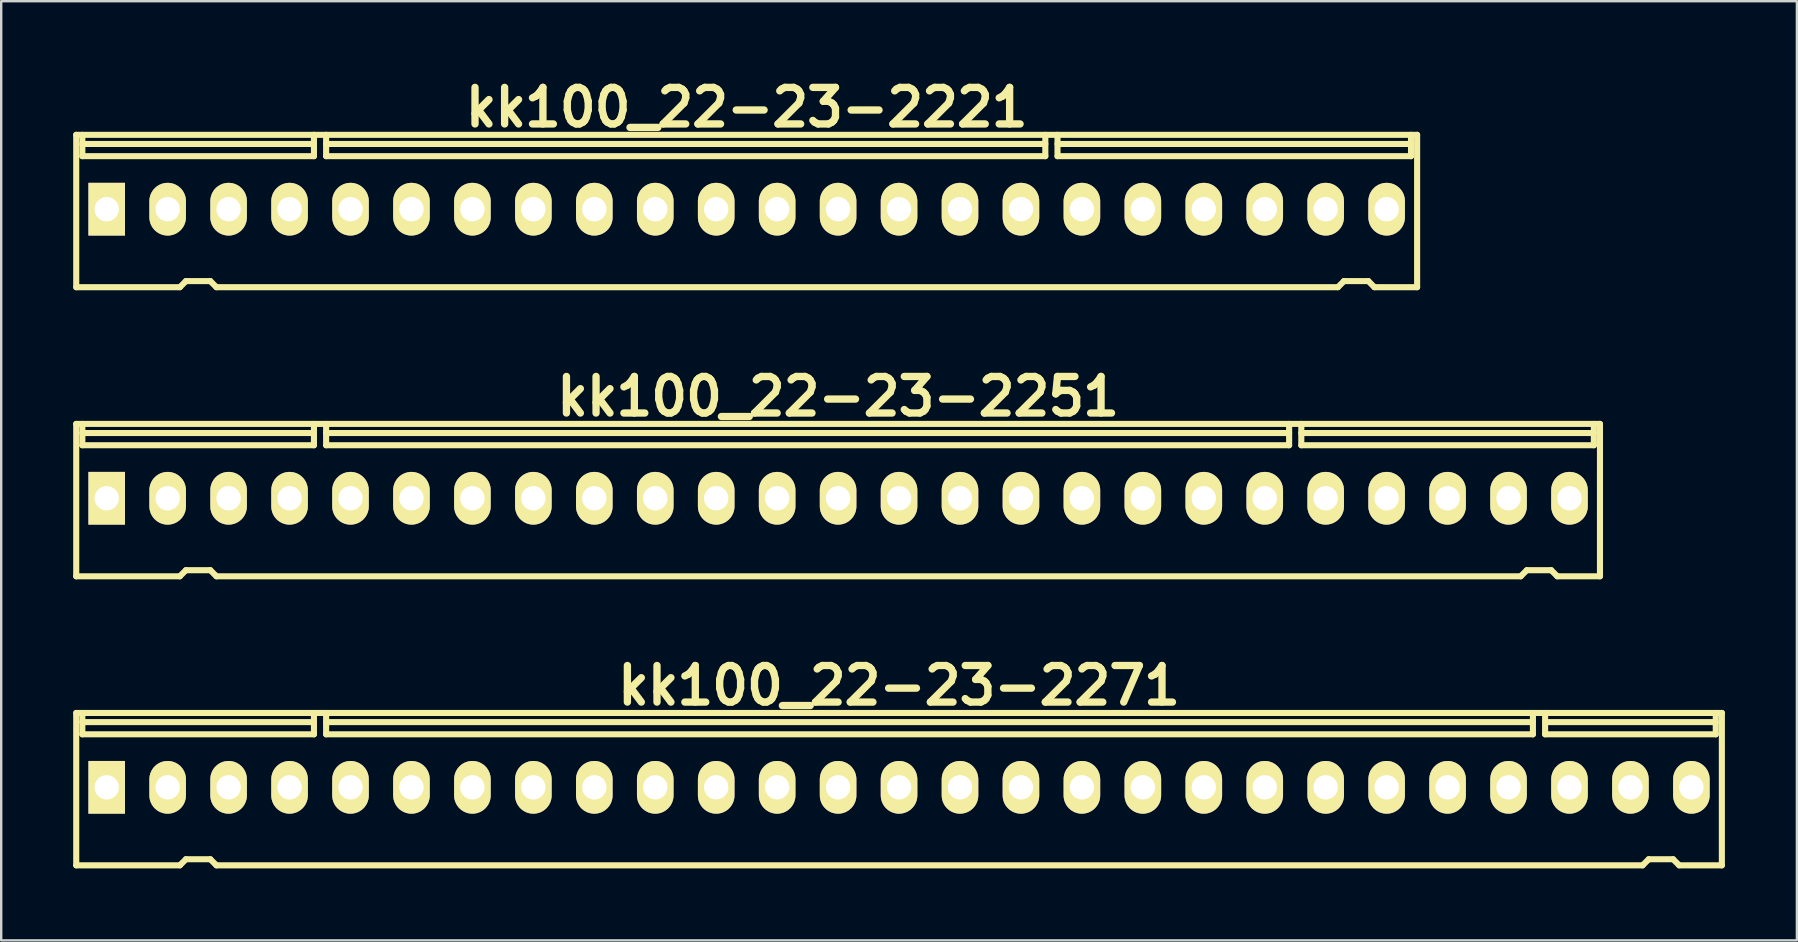
<source format=kicad_pcb>
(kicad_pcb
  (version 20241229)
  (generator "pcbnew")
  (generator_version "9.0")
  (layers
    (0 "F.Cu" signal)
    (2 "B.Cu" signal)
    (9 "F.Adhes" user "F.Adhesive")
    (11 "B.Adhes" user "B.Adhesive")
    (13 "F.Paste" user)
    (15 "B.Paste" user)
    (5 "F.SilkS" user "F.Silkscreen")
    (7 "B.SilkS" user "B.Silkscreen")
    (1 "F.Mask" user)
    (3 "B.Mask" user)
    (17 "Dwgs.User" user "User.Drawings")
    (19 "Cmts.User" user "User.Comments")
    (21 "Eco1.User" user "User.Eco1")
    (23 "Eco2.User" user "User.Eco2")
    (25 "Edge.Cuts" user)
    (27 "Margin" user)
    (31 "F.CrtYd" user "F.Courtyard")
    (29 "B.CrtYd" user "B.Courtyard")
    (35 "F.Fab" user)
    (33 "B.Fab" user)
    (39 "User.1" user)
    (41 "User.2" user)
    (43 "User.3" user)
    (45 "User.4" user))
  (footprint "kk100_22-23-2221"
    (layer "F.Cu")
    (at 28.067 5.744)
    (property "Reference" "kk100_22-23-2221" (at 0 -4.318 0) (layer "F.SilkS") (effects (font (size 1.524 1.524) (thickness 0.305))))
    (attr through_hole)
    (fp_line (start -27.94 3.175) (end -27.94 -3.175) (stroke (width 0.254) (type solid)) (layer "F.SilkS"))
    (fp_line (start -27.686 -2.286) (end -27.686 -3.175) (stroke (width 0.254) (type solid)) (layer "F.SilkS"))
    (fp_line (start -23.622 3.175) (end -27.94 3.175) (stroke (width 0.254) (type solid)) (layer "F.SilkS"))
    (fp_line (start -23.368 2.921) (end -23.622 3.175) (stroke (width 0.254) (type solid)) (layer "F.SilkS"))
    (fp_line (start -23.368 2.921) (end -22.352 2.921) (stroke (width 0.254) (type solid)) (layer "F.SilkS"))
    (fp_line (start -22.352 2.921) (end -22.098 3.175) (stroke (width 0.254) (type solid)) (layer "F.SilkS"))
    (fp_line (start -22.098 3.175) (end 24.638 3.175) (stroke (width 0.254) (type solid)) (layer "F.SilkS"))
    (fp_line (start -18.034 -2.794) (end -27.686 -2.794) (stroke (width 0.254) (type solid)) (layer "F.SilkS"))
    (fp_line (start -18.034 -2.286) (end -27.686 -2.286) (stroke (width 0.254) (type solid)) (layer "F.SilkS"))
    (fp_line (start -18.034 -2.286) (end -18.034 -3.175) (stroke (width 0.254) (type solid)) (layer "F.SilkS"))
    (fp_line (start -17.526 -2.286) (end -17.526 -3.175) (stroke (width 0.254) (type solid)) (layer "F.SilkS"))
    (fp_line (start -17.526 -2.286) (end 12.446 -2.286) (stroke (width 0.254) (type solid)) (layer "F.SilkS"))
    (fp_line (start 12.446 -2.794) (end -17.526 -2.794) (stroke (width 0.254) (type solid)) (layer "F.SilkS"))
    (fp_line (start 12.446 -2.286) (end 12.446 -3.175) (stroke (width 0.254) (type solid)) (layer "F.SilkS"))
    (fp_line (start 12.954 -2.794) (end 27.686 -2.794) (stroke (width 0.254) (type solid)) (layer "F.SilkS"))
    (fp_line (start 12.954 -2.286) (end 12.954 -3.175) (stroke (width 0.254) (type solid)) (layer "F.SilkS"))
    (fp_line (start 12.954 -2.286) (end 27.686 -2.286) (stroke (width 0.254) (type solid)) (layer "F.SilkS"))
    (fp_line (start 24.892 2.921) (end 24.638 3.175) (stroke (width 0.254) (type solid)) (layer "F.SilkS"))
    (fp_line (start 24.892 2.921) (end 25.908 2.921) (stroke (width 0.254) (type solid)) (layer "F.SilkS"))
    (fp_line (start 25.908 2.921) (end 26.162 3.175) (stroke (width 0.254) (type solid)) (layer "F.SilkS"))
    (fp_line (start 26.162 3.175) (end 27.94 3.175) (stroke (width 0.254) (type solid)) (layer "F.SilkS"))
    (fp_line (start 27.686 -2.286) (end 27.686 -3.175) (stroke (width 0.254) (type solid)) (layer "F.SilkS"))
    (fp_line (start 27.94 -3.175) (end -27.94 -3.175) (stroke (width 0.254) (type solid)) (layer "F.SilkS"))
    (fp_line (start 27.94 -3.175) (end 27.94 3.175) (stroke (width 0.254) (type solid)) (layer "F.SilkS"))
    (pad "1" thru_hole rect (at -26.67 -0.076) (size 1.524 2.197) (drill 1.016) (layers "*.Cu" "*.Mask" "F.SilkS"))
    (pad "2" thru_hole oval (at -24.13 -0.076) (size 1.524 2.197) (drill 1.016) (layers "*.Cu" "*.Mask" "F.SilkS"))
    (pad "3" thru_hole oval (at -21.59 -0.076) (size 1.524 2.197) (drill 1.016) (layers "*.Cu" "*.Mask" "F.SilkS"))
    (pad "4" thru_hole oval (at -19.05 -0.076) (size 1.524 2.197) (drill 1.016) (layers "*.Cu" "*.Mask" "F.SilkS"))
    (pad "5" thru_hole oval (at -16.51 -0.076) (size 1.524 2.197) (drill 1.016) (layers "*.Cu" "*.Mask" "F.SilkS"))
    (pad "6" thru_hole oval (at -13.97 -0.076) (size 1.524 2.197) (drill 1.016) (layers "*.Cu" "*.Mask" "F.SilkS"))
    (pad "7" thru_hole oval (at -11.43 -0.076) (size 1.524 2.197) (drill 1.016) (layers "*.Cu" "*.Mask" "F.SilkS"))
    (pad "8" thru_hole oval (at -8.89 -0.076) (size 1.524 2.197) (drill 1.016) (layers "*.Cu" "*.Mask" "F.SilkS"))
    (pad "9" thru_hole oval (at -6.35 -0.076) (size 1.524 2.197) (drill 1.016) (layers "*.Cu" "*.Mask" "F.SilkS"))
    (pad "10" thru_hole oval (at -3.81 -0.076) (size 1.524 2.197) (drill 1.016) (layers "*.Cu" "*.Mask" "F.SilkS"))
    (pad "11" thru_hole oval (at -1.27 -0.076) (size 1.524 2.197) (drill 1.016) (layers "*.Cu" "*.Mask" "F.SilkS"))
    (pad "12" thru_hole oval (at 1.27 -0.076) (size 1.524 2.197) (drill 1.016) (layers "*.Cu" "*.Mask" "F.SilkS"))
    (pad "13" thru_hole oval (at 3.81 -0.076) (size 1.524 2.197) (drill 1.016) (layers "*.Cu" "*.Mask" "F.SilkS"))
    (pad "14" thru_hole oval (at 6.35 -0.076) (size 1.524 2.197) (drill 1.016) (layers "*.Cu" "*.Mask" "F.SilkS"))
    (pad "15" thru_hole oval (at 8.89 -0.076) (size 1.524 2.197) (drill 1.016) (layers "*.Cu" "*.Mask" "F.SilkS"))
    (pad "16" thru_hole oval (at 11.43 -0.076) (size 1.524 2.197) (drill 1.016) (layers "*.Cu" "*.Mask" "F.SilkS"))
    (pad "17" thru_hole oval (at 13.97 -0.076) (size 1.524 2.197) (drill 1.016) (layers "*.Cu" "*.Mask" "F.SilkS"))
    (pad "18" thru_hole oval (at 16.51 -0.076) (size 1.524 2.197) (drill 1.016) (layers "*.Cu" "*.Mask" "F.SilkS"))
    (pad "19" thru_hole oval (at 19.05 -0.076) (size 1.524 2.197) (drill 1.016) (layers "*.Cu" "*.Mask" "F.SilkS"))
    (pad "20" thru_hole oval (at 21.59 -0.076) (size 1.524 2.197) (drill 1.016) (layers "*.Cu" "*.Mask" "F.SilkS"))
    (pad "21" thru_hole oval (at 24.13 -0.076) (size 1.524 2.197) (drill 1.016) (layers "*.Cu" "*.Mask" "F.SilkS"))
    (pad "22" thru_hole oval (at 26.67 -0.076) (size 1.524 2.197) (drill 1.016) (layers "*.Cu" "*.Mask" "F.SilkS")))
  (footprint "kk100_22-23-2271"
    (layer "F.Cu")
    (at 34.417 29.837)
    (property "Reference" "kk100_22-23-2271" (at 0 -4.318 0) (layer "F.SilkS") (effects (font (size 1.524 1.524) (thickness 0.305))))
    (attr through_hole)
    (fp_line (start -34.29 3.175) (end -34.29 -3.175) (stroke (width 0.254) (type solid)) (layer "F.SilkS"))
    (fp_line (start -34.036 -2.286) (end -34.036 -3.175) (stroke (width 0.254) (type solid)) (layer "F.SilkS"))
    (fp_line (start -29.972 3.175) (end -34.29 3.175) (stroke (width 0.254) (type solid)) (layer "F.SilkS"))
    (fp_line (start -29.718 2.921) (end -29.972 3.175) (stroke (width 0.254) (type solid)) (layer "F.SilkS"))
    (fp_line (start -29.718 2.921) (end -28.702 2.921) (stroke (width 0.254) (type solid)) (layer "F.SilkS"))
    (fp_line (start -28.702 2.921) (end -28.448 3.175) (stroke (width 0.254) (type solid)) (layer "F.SilkS"))
    (fp_line (start -28.448 3.175) (end 30.988 3.175) (stroke (width 0.254) (type solid)) (layer "F.SilkS"))
    (fp_line (start -24.384 -2.794) (end -34.036 -2.794) (stroke (width 0.254) (type solid)) (layer "F.SilkS"))
    (fp_line (start -24.384 -2.286) (end -34.036 -2.286) (stroke (width 0.254) (type solid)) (layer "F.SilkS"))
    (fp_line (start -24.384 -2.286) (end -24.384 -3.175) (stroke (width 0.254) (type solid)) (layer "F.SilkS"))
    (fp_line (start -23.876 -2.794) (end 26.416 -2.794) (stroke (width 0.254) (type solid)) (layer "F.SilkS"))
    (fp_line (start -23.876 -2.286) (end -23.876 -3.175) (stroke (width 0.254) (type solid)) (layer "F.SilkS"))
    (fp_line (start 26.416 -2.286) (end -23.876 -2.286) (stroke (width 0.254) (type solid)) (layer "F.SilkS"))
    (fp_line (start 26.416 -2.286) (end 26.416 -3.175) (stroke (width 0.254) (type solid)) (layer "F.SilkS"))
    (fp_line (start 26.924 -2.794) (end 34.036 -2.794) (stroke (width 0.254) (type solid)) (layer "F.SilkS"))
    (fp_line (start 26.924 -2.286) (end 26.924 -3.175) (stroke (width 0.254) (type solid)) (layer "F.SilkS"))
    (fp_line (start 26.924 -2.286) (end 34.036 -2.286) (stroke (width 0.254) (type solid)) (layer "F.SilkS"))
    (fp_line (start 31.242 2.921) (end 30.988 3.175) (stroke (width 0.254) (type solid)) (layer "F.SilkS"))
    (fp_line (start 31.242 2.921) (end 32.258 2.921) (stroke (width 0.254) (type solid)) (layer "F.SilkS"))
    (fp_line (start 32.258 2.921) (end 32.512 3.175) (stroke (width 0.254) (type solid)) (layer "F.SilkS"))
    (fp_line (start 32.512 3.175) (end 34.29 3.175) (stroke (width 0.254) (type solid)) (layer "F.SilkS"))
    (fp_line (start 34.036 -2.286) (end 34.036 -3.175) (stroke (width 0.254) (type solid)) (layer "F.SilkS"))
    (fp_line (start 34.29 -3.175) (end -34.29 -3.175) (stroke (width 0.254) (type solid)) (layer "F.SilkS"))
    (fp_line (start 34.29 -3.175) (end 34.29 3.175) (stroke (width 0.254) (type solid)) (layer "F.SilkS"))
    (pad "1" thru_hole rect (at -33.02 -0.076) (size 1.524 2.197) (drill 1.016) (layers "*.Cu" "*.Mask" "F.SilkS"))
    (pad "2" thru_hole oval (at -30.48 -0.076) (size 1.524 2.197) (drill 1.016) (layers "*.Cu" "*.Mask" "F.SilkS"))
    (pad "3" thru_hole oval (at -27.94 -0.076) (size 1.524 2.197) (drill 1.016) (layers "*.Cu" "*.Mask" "F.SilkS"))
    (pad "4" thru_hole oval (at -25.4 -0.076) (size 1.524 2.197) (drill 1.016) (layers "*.Cu" "*.Mask" "F.SilkS"))
    (pad "5" thru_hole oval (at -22.86 -0.076) (size 1.524 2.197) (drill 1.016) (layers "*.Cu" "*.Mask" "F.SilkS"))
    (pad "6" thru_hole oval (at -20.32 -0.076) (size 1.524 2.197) (drill 1.016) (layers "*.Cu" "*.Mask" "F.SilkS"))
    (pad "7" thru_hole oval (at -17.78 -0.076) (size 1.524 2.197) (drill 1.016) (layers "*.Cu" "*.Mask" "F.SilkS"))
    (pad "8" thru_hole oval (at -15.24 -0.076) (size 1.524 2.197) (drill 1.016) (layers "*.Cu" "*.Mask" "F.SilkS"))
    (pad "9" thru_hole oval (at -12.7 -0.076) (size 1.524 2.197) (drill 1.016) (layers "*.Cu" "*.Mask" "F.SilkS"))
    (pad "10" thru_hole oval (at -10.16 -0.076) (size 1.524 2.197) (drill 1.016) (layers "*.Cu" "*.Mask" "F.SilkS"))
    (pad "11" thru_hole oval (at -7.62 -0.076) (size 1.524 2.197) (drill 1.016) (layers "*.Cu" "*.Mask" "F.SilkS"))
    (pad "12" thru_hole oval (at -5.08 -0.076) (size 1.524 2.197) (drill 1.016) (layers "*.Cu" "*.Mask" "F.SilkS"))
    (pad "13" thru_hole oval (at -2.54 -0.076) (size 1.524 2.197) (drill 1.016) (layers "*.Cu" "*.Mask" "F.SilkS"))
    (pad "14" thru_hole oval (at 0 -0.076) (size 1.524 2.197) (drill 1.016) (layers "*.Cu" "*.Mask" "F.SilkS"))
    (pad "15" thru_hole oval (at 2.54 -0.076) (size 1.524 2.197) (drill 1.016) (layers "*.Cu" "*.Mask" "F.SilkS"))
    (pad "16" thru_hole oval (at 5.08 -0.076) (size 1.524 2.197) (drill 1.016) (layers "*.Cu" "*.Mask" "F.SilkS"))
    (pad "17" thru_hole oval (at 7.62 -0.076) (size 1.524 2.197) (drill 1.016) (layers "*.Cu" "*.Mask" "F.SilkS"))
    (pad "18" thru_hole oval (at 10.16 -0.076) (size 1.524 2.197) (drill 1.016) (layers "*.Cu" "*.Mask" "F.SilkS"))
    (pad "19" thru_hole oval (at 12.7 -0.076) (size 1.524 2.197) (drill 1.016) (layers "*.Cu" "*.Mask" "F.SilkS"))
    (pad "20" thru_hole oval (at 15.24 -0.076) (size 1.524 2.197) (drill 1.016) (layers "*.Cu" "*.Mask" "F.SilkS"))
    (pad "21" thru_hole oval (at 17.78 -0.076) (size 1.524 2.197) (drill 1.016) (layers "*.Cu" "*.Mask" "F.SilkS"))
    (pad "22" thru_hole oval (at 20.32 -0.076) (size 1.524 2.197) (drill 1.016) (layers "*.Cu" "*.Mask" "F.SilkS"))
    (pad "23" thru_hole oval (at 22.86 -0.076) (size 1.524 2.197) (drill 1.016) (layers "*.Cu" "*.Mask" "F.SilkS"))
    (pad "24" thru_hole oval (at 25.4 -0.076) (size 1.524 2.197) (drill 1.016) (layers "*.Cu" "*.Mask" "F.SilkS"))
    (pad "25" thru_hole oval (at 27.94 -0.076) (size 1.524 2.197) (drill 1.016) (layers "*.Cu" "*.Mask" "F.SilkS"))
    (pad "26" thru_hole oval (at 30.48 -0.076) (size 1.524 2.197) (drill 1.016) (layers "*.Cu" "*.Mask" "F.SilkS"))
    (pad "27" thru_hole oval (at 33.02 -0.076) (size 1.524 2.197) (drill 1.016) (layers "*.Cu" "*.Mask" "F.SilkS")))
  (footprint "kk100_22-23-2251"
    (layer "F.Cu")
    (at 31.877 17.791)
    (property "Reference" "kk100_22-23-2251" (at 0 -4.318 0) (layer "F.SilkS") (effects (font (size 1.524 1.524) (thickness 0.305))))
    (attr through_hole)
    (fp_line (start -31.75 -3.175) (end 31.75 -3.175) (stroke (width 0.254) (type solid)) (layer "F.SilkS"))
    (fp_line (start -31.75 3.175) (end -31.75 -3.175) (stroke (width 0.254) (type solid)) (layer "F.SilkS"))
    (fp_line (start -31.496 -2.286) (end -31.496 -3.175) (stroke (width 0.254) (type solid)) (layer "F.SilkS"))
    (fp_line (start -27.432 3.175) (end -31.75 3.175) (stroke (width 0.254) (type solid)) (layer "F.SilkS"))
    (fp_line (start -27.178 2.921) (end -27.432 3.175) (stroke (width 0.254) (type solid)) (layer "F.SilkS"))
    (fp_line (start -27.178 2.921) (end -26.162 2.921) (stroke (width 0.254) (type solid)) (layer "F.SilkS"))
    (fp_line (start -26.162 2.921) (end -25.908 3.175) (stroke (width 0.254) (type solid)) (layer "F.SilkS"))
    (fp_line (start -21.844 -2.794) (end -31.496 -2.794) (stroke (width 0.254) (type solid)) (layer "F.SilkS"))
    (fp_line (start -21.844 -2.286) (end -31.496 -2.286) (stroke (width 0.254) (type solid)) (layer "F.SilkS"))
    (fp_line (start -21.844 -2.286) (end -21.844 -3.175) (stroke (width 0.254) (type solid)) (layer "F.SilkS"))
    (fp_line (start -21.336 -2.286) (end -21.336 -3.175) (stroke (width 0.254) (type solid)) (layer "F.SilkS"))
    (fp_line (start -21.336 -2.286) (end 18.796 -2.286) (stroke (width 0.254) (type solid)) (layer "F.SilkS"))
    (fp_line (start 18.796 -2.794) (end -21.336 -2.794) (stroke (width 0.254) (type solid)) (layer "F.SilkS"))
    (fp_line (start 18.796 -2.286) (end 18.796 -3.175) (stroke (width 0.254) (type solid)) (layer "F.SilkS"))
    (fp_line (start 19.304 -2.794) (end 31.496 -2.794) (stroke (width 0.254) (type solid)) (layer "F.SilkS"))
    (fp_line (start 19.304 -2.286) (end 19.304 -3.175) (stroke (width 0.254) (type solid)) (layer "F.SilkS"))
    (fp_line (start 19.304 -2.286) (end 31.496 -2.286) (stroke (width 0.254) (type solid)) (layer "F.SilkS"))
    (fp_line (start 28.448 3.175) (end -25.908 3.175) (stroke (width 0.254) (type solid)) (layer "F.SilkS"))
    (fp_line (start 28.702 2.921) (end 28.448 3.175) (stroke (width 0.254) (type solid)) (layer "F.SilkS"))
    (fp_line (start 28.702 2.921) (end 29.718 2.921) (stroke (width 0.254) (type solid)) (layer "F.SilkS"))
    (fp_line (start 29.718 2.921) (end 29.972 3.175) (stroke (width 0.254) (type solid)) (layer "F.SilkS"))
    (fp_line (start 29.972 3.175) (end 31.75 3.175) (stroke (width 0.254) (type solid)) (layer "F.SilkS"))
    (fp_line (start 31.496 -2.286) (end 31.496 -3.175) (stroke (width 0.254) (type solid)) (layer "F.SilkS"))
    (fp_line (start 31.75 -3.175) (end 31.75 3.175) (stroke (width 0.254) (type solid)) (layer "F.SilkS"))
    (pad "1" thru_hole rect (at -30.48 -0.076) (size 1.524 2.197) (drill 1.016) (layers "*.Cu" "*.Mask" "F.SilkS"))
    (pad "2" thru_hole oval (at -27.94 -0.076) (size 1.524 2.197) (drill 1.016) (layers "*.Cu" "*.Mask" "F.SilkS"))
    (pad "3" thru_hole oval (at -25.4 -0.076) (size 1.524 2.197) (drill 1.016) (layers "*.Cu" "*.Mask" "F.SilkS"))
    (pad "4" thru_hole oval (at -22.86 -0.076) (size 1.524 2.197) (drill 1.016) (layers "*.Cu" "*.Mask" "F.SilkS"))
    (pad "5" thru_hole oval (at -20.32 -0.076) (size 1.524 2.197) (drill 1.016) (layers "*.Cu" "*.Mask" "F.SilkS"))
    (pad "6" thru_hole oval (at -17.78 -0.076) (size 1.524 2.197) (drill 1.016) (layers "*.Cu" "*.Mask" "F.SilkS"))
    (pad "7" thru_hole oval (at -15.24 -0.076) (size 1.524 2.197) (drill 1.016) (layers "*.Cu" "*.Mask" "F.SilkS"))
    (pad "8" thru_hole oval (at -12.7 -0.076) (size 1.524 2.197) (drill 1.016) (layers "*.Cu" "*.Mask" "F.SilkS"))
    (pad "9" thru_hole oval (at -10.16 -0.076) (size 1.524 2.197) (drill 1.016) (layers "*.Cu" "*.Mask" "F.SilkS"))
    (pad "10" thru_hole oval (at -7.62 -0.076) (size 1.524 2.197) (drill 1.016) (layers "*.Cu" "*.Mask" "F.SilkS"))
    (pad "11" thru_hole oval (at -5.08 -0.076) (size 1.524 2.197) (drill 1.016) (layers "*.Cu" "*.Mask" "F.SilkS"))
    (pad "12" thru_hole oval (at -2.54 -0.076) (size 1.524 2.197) (drill 1.016) (layers "*.Cu" "*.Mask" "F.SilkS"))
    (pad "13" thru_hole oval (at 0 -0.076) (size 1.524 2.197) (drill 1.016) (layers "*.Cu" "*.Mask" "F.SilkS"))
    (pad "14" thru_hole oval (at 2.54 -0.076) (size 1.524 2.197) (drill 1.016) (layers "*.Cu" "*.Mask" "F.SilkS"))
    (pad "15" thru_hole oval (at 5.08 -0.076) (size 1.524 2.197) (drill 1.016) (layers "*.Cu" "*.Mask" "F.SilkS"))
    (pad "16" thru_hole oval (at 7.62 -0.076) (size 1.524 2.197) (drill 1.016) (layers "*.Cu" "*.Mask" "F.SilkS"))
    (pad "17" thru_hole oval (at 10.16 -0.076) (size 1.524 2.197) (drill 1.016) (layers "*.Cu" "*.Mask" "F.SilkS"))
    (pad "18" thru_hole oval (at 12.7 -0.076) (size 1.524 2.197) (drill 1.016) (layers "*.Cu" "*.Mask" "F.SilkS"))
    (pad "19" thru_hole oval (at 15.24 -0.076) (size 1.524 2.197) (drill 1.016) (layers "*.Cu" "*.Mask" "F.SilkS"))
    (pad "20" thru_hole oval (at 17.78 -0.076) (size 1.524 2.197) (drill 1.016) (layers "*.Cu" "*.Mask" "F.SilkS"))
    (pad "21" thru_hole oval (at 20.32 -0.076) (size 1.524 2.197) (drill 1.016) (layers "*.Cu" "*.Mask" "F.SilkS"))
    (pad "22" thru_hole oval (at 22.86 -0.076) (size 1.524 2.197) (drill 1.016) (layers "*.Cu" "*.Mask" "F.SilkS"))
    (pad "23" thru_hole oval (at 25.4 -0.076) (size 1.524 2.197) (drill 1.016) (layers "*.Cu" "*.Mask" "F.SilkS"))
    (pad "24" thru_hole oval (at 27.94 -0.076) (size 1.524 2.197) (drill 1.016) (layers "*.Cu" "*.Mask" "F.SilkS"))
    (pad "25" thru_hole oval (at 30.48 -0.076) (size 1.524 2.197) (drill 1.016) (layers "*.Cu" "*.Mask" "F.SilkS")))
  (gr_rect
    (start -3 -3)
    (end 71.834 36.139)
    (stroke (width 0.1) (type default))
    (fill no)
    (layer "Edge.Cuts")))
</source>
